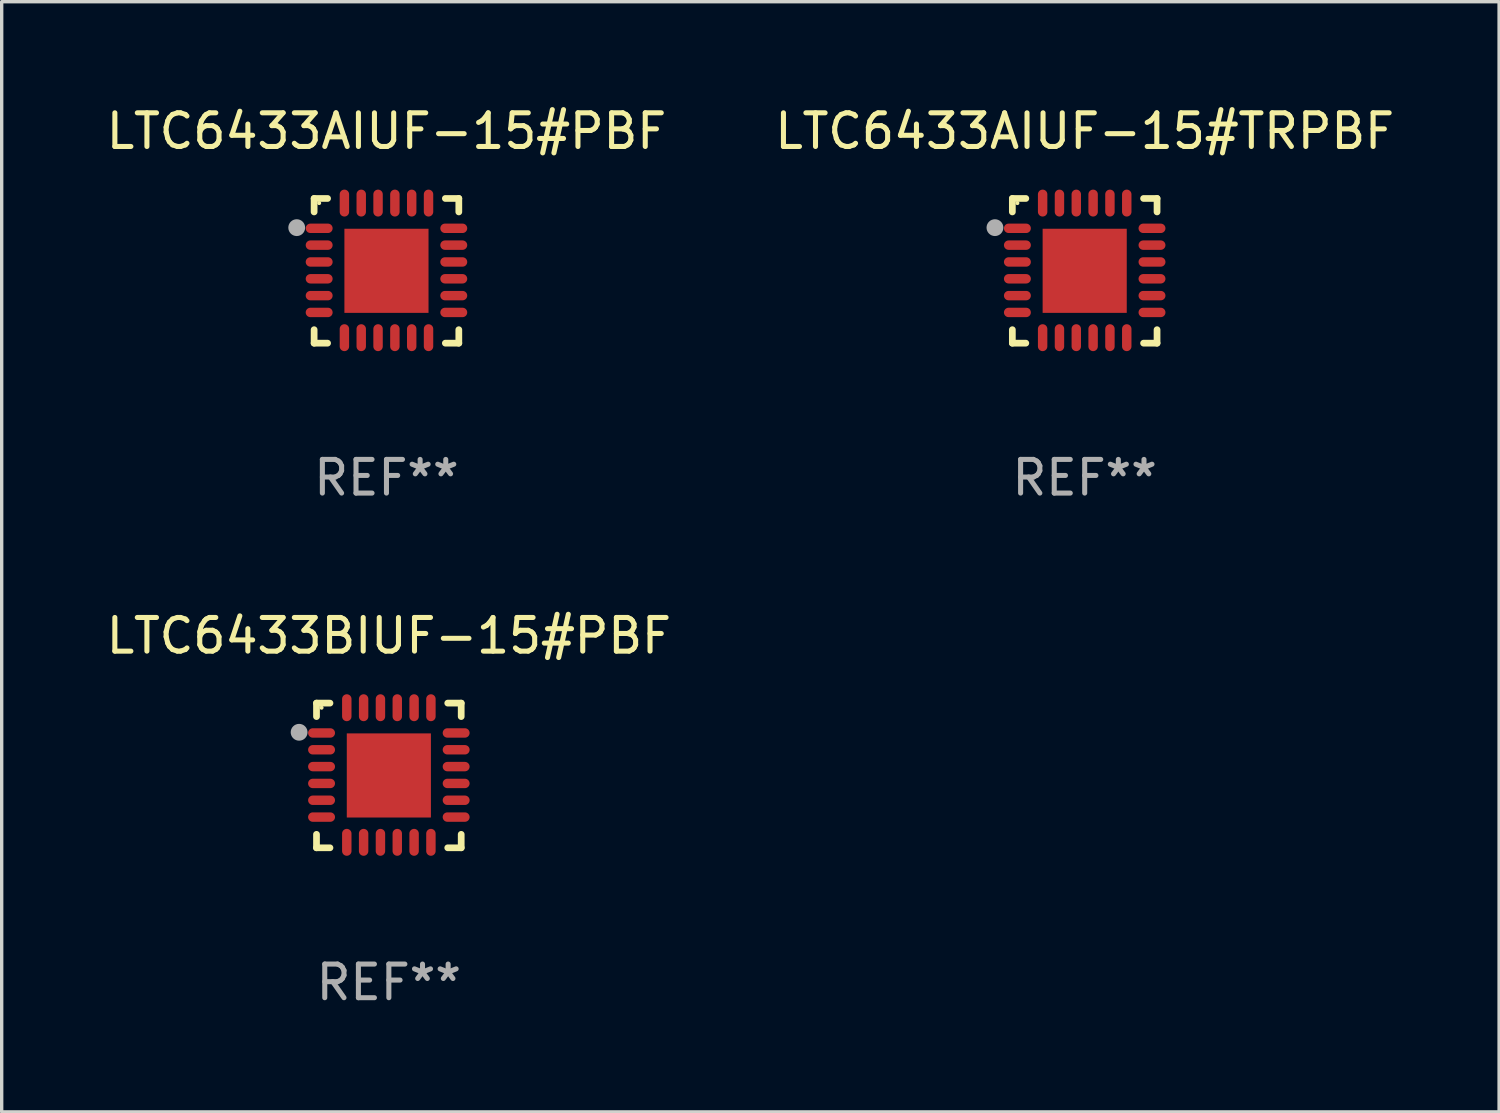
<source format=kicad_pcb>
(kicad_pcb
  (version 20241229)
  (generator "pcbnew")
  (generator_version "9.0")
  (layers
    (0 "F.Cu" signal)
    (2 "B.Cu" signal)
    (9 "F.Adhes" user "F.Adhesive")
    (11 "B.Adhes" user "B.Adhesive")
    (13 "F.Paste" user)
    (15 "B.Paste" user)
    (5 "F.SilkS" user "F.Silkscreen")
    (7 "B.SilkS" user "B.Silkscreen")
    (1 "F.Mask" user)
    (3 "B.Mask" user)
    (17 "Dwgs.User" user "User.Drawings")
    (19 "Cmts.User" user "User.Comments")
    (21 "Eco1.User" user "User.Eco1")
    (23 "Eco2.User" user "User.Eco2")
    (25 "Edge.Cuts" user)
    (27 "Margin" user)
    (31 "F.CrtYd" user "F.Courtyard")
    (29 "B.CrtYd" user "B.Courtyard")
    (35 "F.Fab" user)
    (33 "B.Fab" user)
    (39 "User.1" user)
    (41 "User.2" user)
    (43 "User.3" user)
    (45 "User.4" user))
  (footprint "LTC6433AIUF-15#TRPBF"
    (layer "F.Cu")
    (at 29.185 4.998)
    (property "Reference" "LTC6433AIUF-15#TRPBF" (at 0 -4.15 0) (layer "F.SilkS") (effects (font (size 1 1) (thickness 0.15))))
    (attr through_hole)
    (fp_line (start -2.15 -2.15) (end -1.75 -2.15) (stroke (width 0.2) (type solid)) (layer "F.SilkS"))
    (fp_line (start -2.15 -1.75) (end -2.15 -2.15) (stroke (width 0.2) (type solid)) (layer "F.SilkS"))
    (fp_line (start -2.15 2.15) (end -2.15 1.75) (stroke (width 0.2) (type solid)) (layer "F.SilkS"))
    (fp_line (start -1.75 2.15) (end -2.15 2.15) (stroke (width 0.2) (type solid)) (layer "F.SilkS"))
    (fp_line (start 1.75 -2.15) (end 2.15 -2.15) (stroke (width 0.2) (type solid)) (layer "F.SilkS"))
    (fp_line (start 1.75 2.15) (end 2.15 2.15) (stroke (width 0.2) (type solid)) (layer "F.SilkS"))
    (fp_line (start 2.15 -2.15) (end 2.15 -1.75) (stroke (width 0.2) (type solid)) (layer "F.SilkS"))
    (fp_line (start 2.15 2.15) (end 2.15 1.75) (stroke (width 0.2) (type solid)) (layer "F.SilkS"))
    (fp_circle (center -2 -2.013) (end -1.97 -2.013) (stroke (width 0.06) (type solid)) (fill no) (layer "F.SilkS"))
    (fp_circle (center -2.667 -1.283) (end -2.542 -1.283) (stroke (width 0.25) (type solid)) (fill no) (layer "F.Fab"))
    (fp_text user "REF**" (at 0 6.15 0) (layer "F.Fab") (effects (font (size 1 1) (thickness 0.15))))
    (pad "1" smd oval (at -2 -1.263) (size 0.8 0.28) (layers "F.Cu" "F.Mask" "F.Paste"))
    (pad "2" smd oval (at -2 -0.763) (size 0.8 0.28) (layers "F.Cu" "F.Mask" "F.Paste"))
    (pad "3" smd oval (at -2 -0.263) (size 0.8 0.28) (layers "F.Cu" "F.Mask" "F.Paste"))
    (pad "4" smd oval (at -2 0.237) (size 0.8 0.28) (layers "F.Cu" "F.Mask" "F.Paste"))
    (pad "5" smd oval (at -2 0.737) (size 0.8 0.28) (layers "F.Cu" "F.Mask" "F.Paste"))
    (pad "6" smd oval (at -2 1.237) (size 0.8 0.28) (layers "F.Cu" "F.Mask" "F.Paste"))
    (pad "7" smd oval (at -1.25 1.987) (size 0.28 0.8) (layers "F.Cu" "F.Mask" "F.Paste"))
    (pad "8" smd oval (at -0.75 1.987) (size 0.28 0.8) (layers "F.Cu" "F.Mask" "F.Paste"))
    (pad "9" smd oval (at -0.25 1.987) (size 0.28 0.8) (layers "F.Cu" "F.Mask" "F.Paste"))
    (pad "10" smd oval (at 0.25 1.987) (size 0.28 0.8) (layers "F.Cu" "F.Mask" "F.Paste"))
    (pad "11" smd oval (at 0.75 1.987) (size 0.28 0.8) (layers "F.Cu" "F.Mask" "F.Paste"))
    (pad "12" smd oval (at 1.25 1.987) (size 0.28 0.8) (layers "F.Cu" "F.Mask" "F.Paste"))
    (pad "13" smd oval (at 2 1.237) (size 0.8 0.28) (layers "F.Cu" "F.Mask" "F.Paste"))
    (pad "14" smd oval (at 2 0.737) (size 0.8 0.28) (layers "F.Cu" "F.Mask" "F.Paste"))
    (pad "15" smd oval (at 2 0.237) (size 0.8 0.28) (layers "F.Cu" "F.Mask" "F.Paste"))
    (pad "16" smd oval (at 2 -0.263) (size 0.8 0.28) (layers "F.Cu" "F.Mask" "F.Paste"))
    (pad "17" smd oval (at 2 -0.763) (size 0.8 0.28) (layers "F.Cu" "F.Mask" "F.Paste"))
    (pad "18" smd oval (at 2 -1.263) (size 0.8 0.28) (layers "F.Cu" "F.Mask" "F.Paste"))
    (pad "19" smd oval (at 1.25 -2.013) (size 0.28 0.8) (layers "F.Cu" "F.Mask" "F.Paste"))
    (pad "20" smd oval (at 0.75 -2.013) (size 0.28 0.8) (layers "F.Cu" "F.Mask" "F.Paste"))
    (pad "21" smd oval (at 0.25 -2.013) (size 0.28 0.8) (layers "F.Cu" "F.Mask" "F.Paste"))
    (pad "22" smd oval (at -0.25 -2.013) (size 0.28 0.8) (layers "F.Cu" "F.Mask" "F.Paste"))
    (pad "23" smd oval (at -0.75 -2.013) (size 0.28 0.8) (layers "F.Cu" "F.Mask" "F.Paste"))
    (pad "24" smd oval (at -1.25 -2.013) (size 0.28 0.8) (layers "F.Cu" "F.Mask" "F.Paste"))
    (pad "25" smd rect (at -0.000127 -0.00014) (size 2.5 2.5) (layers "F.Cu" "F.Mask" "F.Paste")))
  (footprint "LTC6433BIUF-15#PBF"
    (layer "F.Cu")
    (at 8.506 19.995)
    (property "Reference" "LTC6433BIUF-15#PBF" (at 0 -4.15 0) (layer "F.SilkS") (effects (font (size 1 1) (thickness 0.15))))
    (attr through_hole)
    (fp_line (start -2.15 -2.15) (end -1.75 -2.15) (stroke (width 0.2) (type solid)) (layer "F.SilkS"))
    (fp_line (start -2.15 -1.75) (end -2.15 -2.15) (stroke (width 0.2) (type solid)) (layer "F.SilkS"))
    (fp_line (start -2.15 2.15) (end -2.15 1.75) (stroke (width 0.2) (type solid)) (layer "F.SilkS"))
    (fp_line (start -1.75 2.15) (end -2.15 2.15) (stroke (width 0.2) (type solid)) (layer "F.SilkS"))
    (fp_line (start 1.75 -2.15) (end 2.15 -2.15) (stroke (width 0.2) (type solid)) (layer "F.SilkS"))
    (fp_line (start 1.75 2.15) (end 2.15 2.15) (stroke (width 0.2) (type solid)) (layer "F.SilkS"))
    (fp_line (start 2.15 -2.15) (end 2.15 -1.75) (stroke (width 0.2) (type solid)) (layer "F.SilkS"))
    (fp_line (start 2.15 2.15) (end 2.15 1.75) (stroke (width 0.2) (type solid)) (layer "F.SilkS"))
    (fp_circle (center -2 -2.013) (end -1.97 -2.013) (stroke (width 0.06) (type solid)) (fill no) (layer "F.SilkS"))
    (fp_circle (center -2.667 -1.283) (end -2.542 -1.283) (stroke (width 0.25) (type solid)) (fill no) (layer "F.Fab"))
    (fp_text user "REF**" (at 0 6.15 0) (layer "F.Fab") (effects (font (size 1 1) (thickness 0.15))))
    (pad "1" smd oval (at -2 -1.263) (size 0.8 0.28) (layers "F.Cu" "F.Mask" "F.Paste"))
    (pad "2" smd oval (at -2 -0.763) (size 0.8 0.28) (layers "F.Cu" "F.Mask" "F.Paste"))
    (pad "3" smd oval (at -2 -0.263) (size 0.8 0.28) (layers "F.Cu" "F.Mask" "F.Paste"))
    (pad "4" smd oval (at -2 0.237) (size 0.8 0.28) (layers "F.Cu" "F.Mask" "F.Paste"))
    (pad "5" smd oval (at -2 0.737) (size 0.8 0.28) (layers "F.Cu" "F.Mask" "F.Paste"))
    (pad "6" smd oval (at -2 1.237) (size 0.8 0.28) (layers "F.Cu" "F.Mask" "F.Paste"))
    (pad "7" smd oval (at -1.25 1.987) (size 0.28 0.8) (layers "F.Cu" "F.Mask" "F.Paste"))
    (pad "8" smd oval (at -0.75 1.987) (size 0.28 0.8) (layers "F.Cu" "F.Mask" "F.Paste"))
    (pad "9" smd oval (at -0.25 1.987) (size 0.28 0.8) (layers "F.Cu" "F.Mask" "F.Paste"))
    (pad "10" smd oval (at 0.25 1.987) (size 0.28 0.8) (layers "F.Cu" "F.Mask" "F.Paste"))
    (pad "11" smd oval (at 0.75 1.987) (size 0.28 0.8) (layers "F.Cu" "F.Mask" "F.Paste"))
    (pad "12" smd oval (at 1.25 1.987) (size 0.28 0.8) (layers "F.Cu" "F.Mask" "F.Paste"))
    (pad "13" smd oval (at 2 1.237) (size 0.8 0.28) (layers "F.Cu" "F.Mask" "F.Paste"))
    (pad "14" smd oval (at 2 0.737) (size 0.8 0.28) (layers "F.Cu" "F.Mask" "F.Paste"))
    (pad "15" smd oval (at 2 0.237) (size 0.8 0.28) (layers "F.Cu" "F.Mask" "F.Paste"))
    (pad "16" smd oval (at 2 -0.263) (size 0.8 0.28) (layers "F.Cu" "F.Mask" "F.Paste"))
    (pad "17" smd oval (at 2 -0.763) (size 0.8 0.28) (layers "F.Cu" "F.Mask" "F.Paste"))
    (pad "18" smd oval (at 2 -1.263) (size 0.8 0.28) (layers "F.Cu" "F.Mask" "F.Paste"))
    (pad "19" smd oval (at 1.25 -2.013) (size 0.28 0.8) (layers "F.Cu" "F.Mask" "F.Paste"))
    (pad "20" smd oval (at 0.75 -2.013) (size 0.28 0.8) (layers "F.Cu" "F.Mask" "F.Paste"))
    (pad "21" smd oval (at 0.25 -2.013) (size 0.28 0.8) (layers "F.Cu" "F.Mask" "F.Paste"))
    (pad "22" smd oval (at -0.25 -2.013) (size 0.28 0.8) (layers "F.Cu" "F.Mask" "F.Paste"))
    (pad "23" smd oval (at -0.75 -2.013) (size 0.28 0.8) (layers "F.Cu" "F.Mask" "F.Paste"))
    (pad "24" smd oval (at -1.25 -2.013) (size 0.28 0.8) (layers "F.Cu" "F.Mask" "F.Paste"))
    (pad "25" smd rect (at -0.000127 -0.00014) (size 2.5 2.5) (layers "F.Cu" "F.Mask" "F.Paste")))
  (footprint "LTC6433AIUF-15#PBF"
    (layer "F.Cu")
    (at 8.435 4.998)
    (property "Reference" "LTC6433AIUF-15#PBF" (at 0 -4.15 0) (layer "F.SilkS") (effects (font (size 1 1) (thickness 0.15))))
    (attr through_hole)
    (fp_line (start -2.15 -2.15) (end -1.75 -2.15) (stroke (width 0.2) (type solid)) (layer "F.SilkS"))
    (fp_line (start -2.15 -1.75) (end -2.15 -2.15) (stroke (width 0.2) (type solid)) (layer "F.SilkS"))
    (fp_line (start -2.15 2.15) (end -2.15 1.75) (stroke (width 0.2) (type solid)) (layer "F.SilkS"))
    (fp_line (start -1.75 2.15) (end -2.15 2.15) (stroke (width 0.2) (type solid)) (layer "F.SilkS"))
    (fp_line (start 1.75 -2.15) (end 2.15 -2.15) (stroke (width 0.2) (type solid)) (layer "F.SilkS"))
    (fp_line (start 1.75 2.15) (end 2.15 2.15) (stroke (width 0.2) (type solid)) (layer "F.SilkS"))
    (fp_line (start 2.15 -2.15) (end 2.15 -1.75) (stroke (width 0.2) (type solid)) (layer "F.SilkS"))
    (fp_line (start 2.15 2.15) (end 2.15 1.75) (stroke (width 0.2) (type solid)) (layer "F.SilkS"))
    (fp_circle (center -2 -2.013) (end -1.97 -2.013) (stroke (width 0.06) (type solid)) (fill no) (layer "F.SilkS"))
    (fp_circle (center -2.667 -1.283) (end -2.542 -1.283) (stroke (width 0.25) (type solid)) (fill no) (layer "F.Fab"))
    (fp_text user "REF**" (at 0 6.15 0) (layer "F.Fab") (effects (font (size 1 1) (thickness 0.15))))
    (pad "1" smd oval (at -2 -1.263) (size 0.8 0.28) (layers "F.Cu" "F.Mask" "F.Paste"))
    (pad "2" smd oval (at -2 -0.763) (size 0.8 0.28) (layers "F.Cu" "F.Mask" "F.Paste"))
    (pad "3" smd oval (at -2 -0.263) (size 0.8 0.28) (layers "F.Cu" "F.Mask" "F.Paste"))
    (pad "4" smd oval (at -2 0.237) (size 0.8 0.28) (layers "F.Cu" "F.Mask" "F.Paste"))
    (pad "5" smd oval (at -2 0.737) (size 0.8 0.28) (layers "F.Cu" "F.Mask" "F.Paste"))
    (pad "6" smd oval (at -2 1.237) (size 0.8 0.28) (layers "F.Cu" "F.Mask" "F.Paste"))
    (pad "7" smd oval (at -1.25 1.987) (size 0.28 0.8) (layers "F.Cu" "F.Mask" "F.Paste"))
    (pad "8" smd oval (at -0.75 1.987) (size 0.28 0.8) (layers "F.Cu" "F.Mask" "F.Paste"))
    (pad "9" smd oval (at -0.25 1.987) (size 0.28 0.8) (layers "F.Cu" "F.Mask" "F.Paste"))
    (pad "10" smd oval (at 0.25 1.987) (size 0.28 0.8) (layers "F.Cu" "F.Mask" "F.Paste"))
    (pad "11" smd oval (at 0.75 1.987) (size 0.28 0.8) (layers "F.Cu" "F.Mask" "F.Paste"))
    (pad "12" smd oval (at 1.25 1.987) (size 0.28 0.8) (layers "F.Cu" "F.Mask" "F.Paste"))
    (pad "13" smd oval (at 2 1.237) (size 0.8 0.28) (layers "F.Cu" "F.Mask" "F.Paste"))
    (pad "14" smd oval (at 2 0.737) (size 0.8 0.28) (layers "F.Cu" "F.Mask" "F.Paste"))
    (pad "15" smd oval (at 2 0.237) (size 0.8 0.28) (layers "F.Cu" "F.Mask" "F.Paste"))
    (pad "16" smd oval (at 2 -0.263) (size 0.8 0.28) (layers "F.Cu" "F.Mask" "F.Paste"))
    (pad "17" smd oval (at 2 -0.763) (size 0.8 0.28) (layers "F.Cu" "F.Mask" "F.Paste"))
    (pad "18" smd oval (at 2 -1.263) (size 0.8 0.28) (layers "F.Cu" "F.Mask" "F.Paste"))
    (pad "19" smd oval (at 1.25 -2.013) (size 0.28 0.8) (layers "F.Cu" "F.Mask" "F.Paste"))
    (pad "20" smd oval (at 0.75 -2.013) (size 0.28 0.8) (layers "F.Cu" "F.Mask" "F.Paste"))
    (pad "21" smd oval (at 0.25 -2.013) (size 0.28 0.8) (layers "F.Cu" "F.Mask" "F.Paste"))
    (pad "22" smd oval (at -0.25 -2.013) (size 0.28 0.8) (layers "F.Cu" "F.Mask" "F.Paste"))
    (pad "23" smd oval (at -0.75 -2.013) (size 0.28 0.8) (layers "F.Cu" "F.Mask" "F.Paste"))
    (pad "24" smd oval (at -1.25 -2.013) (size 0.28 0.8) (layers "F.Cu" "F.Mask" "F.Paste"))
    (pad "25" smd rect (at -0.000127 -0.00014) (size 2.5 2.5) (layers "F.Cu" "F.Mask" "F.Paste")))
  (gr_rect
    (start -3 -3)
    (end 41.5 29.993)
    (stroke (width 0.1) (type default))
    (fill no)
    (layer "Edge.Cuts")))
</source>
